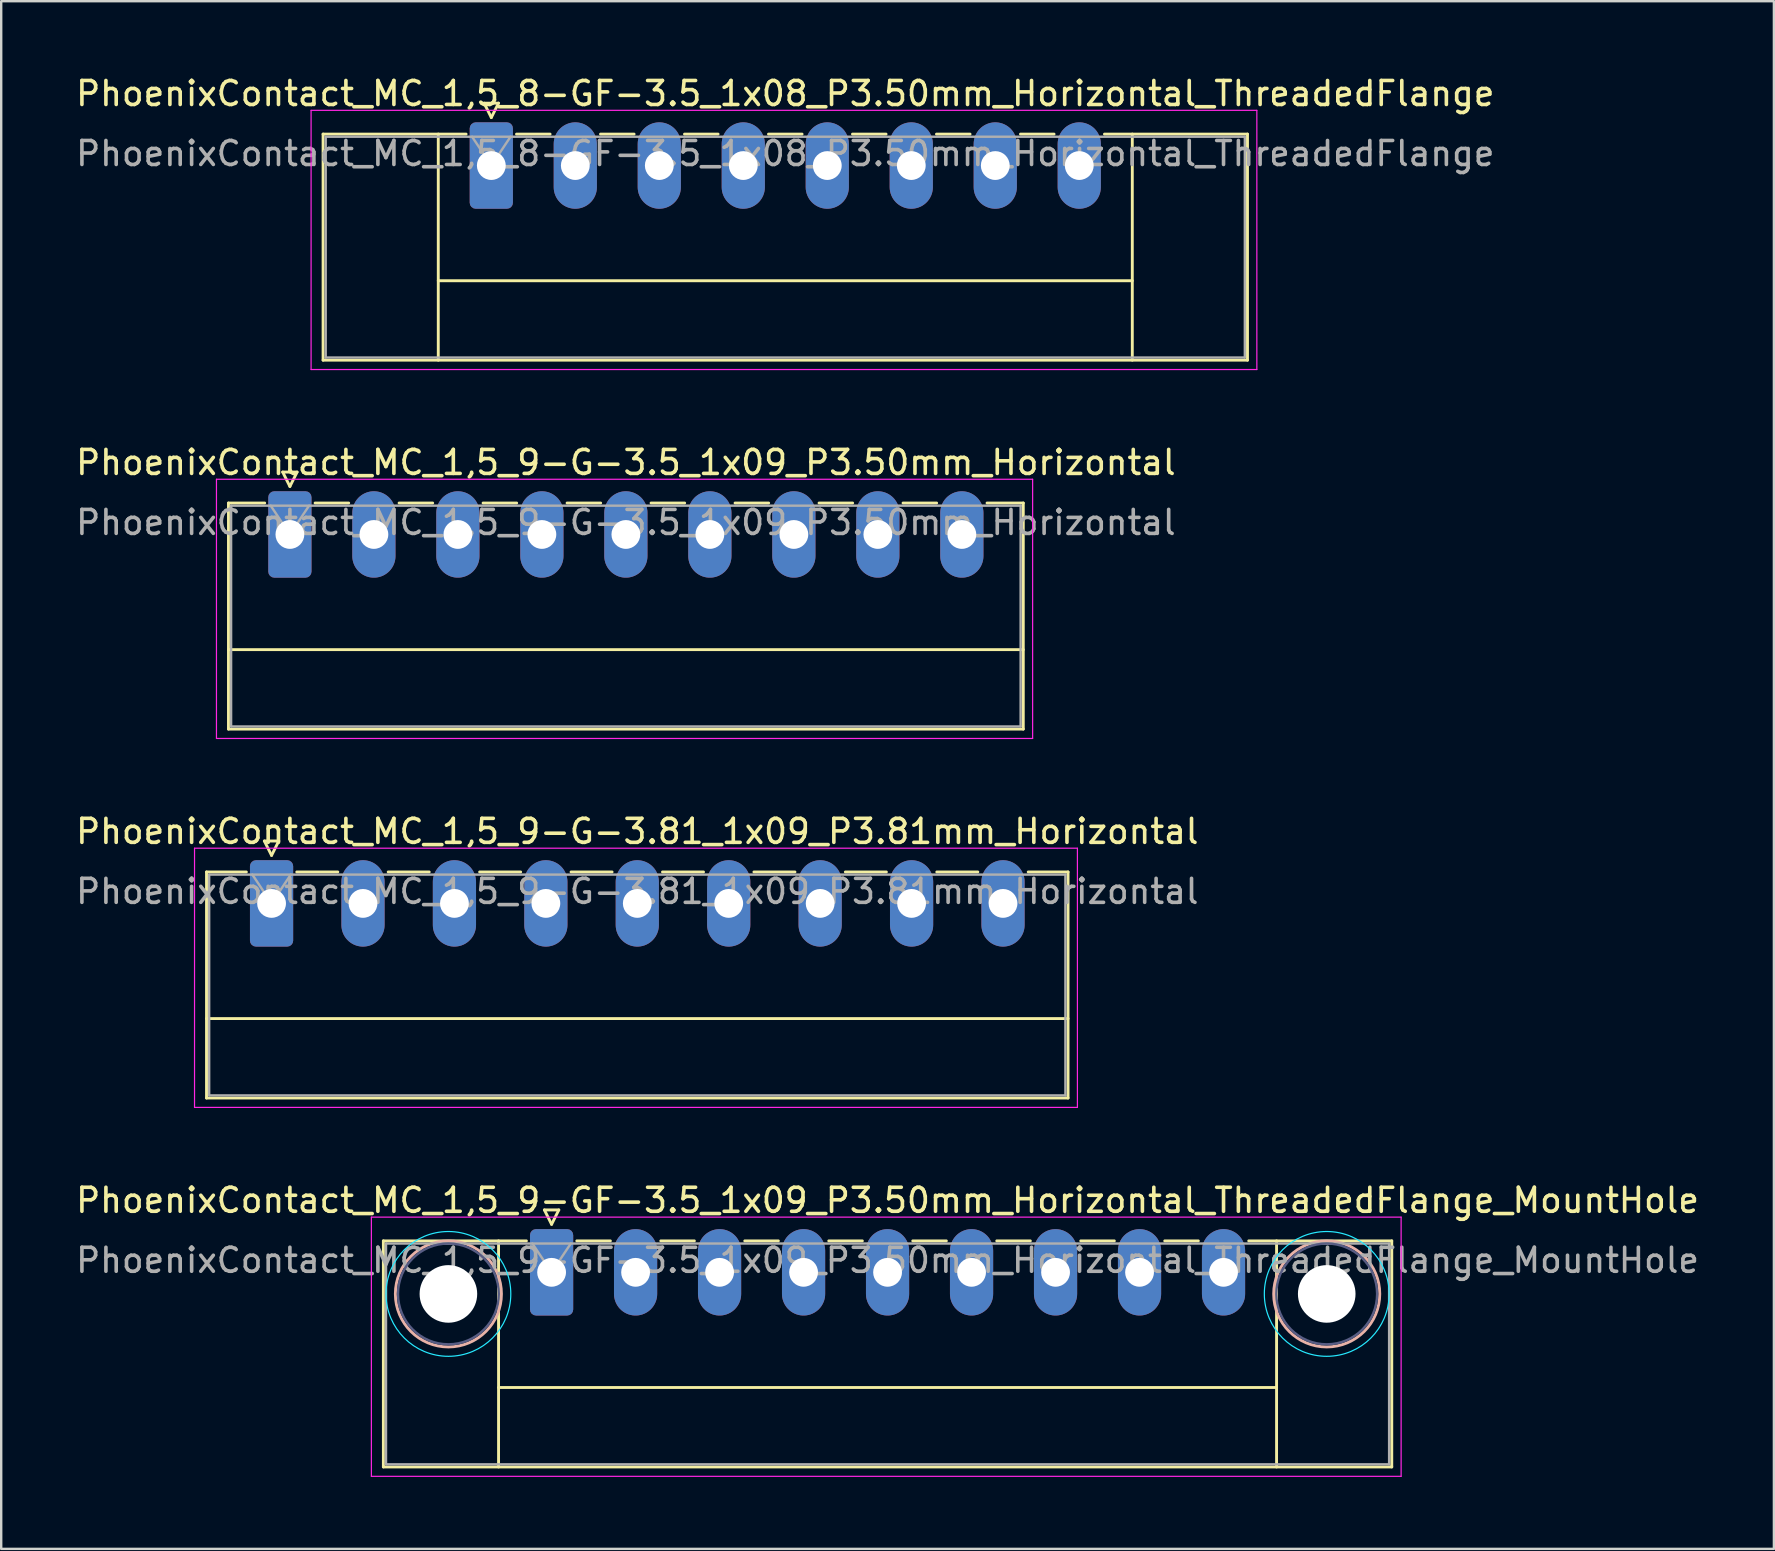
<source format=kicad_pcb>
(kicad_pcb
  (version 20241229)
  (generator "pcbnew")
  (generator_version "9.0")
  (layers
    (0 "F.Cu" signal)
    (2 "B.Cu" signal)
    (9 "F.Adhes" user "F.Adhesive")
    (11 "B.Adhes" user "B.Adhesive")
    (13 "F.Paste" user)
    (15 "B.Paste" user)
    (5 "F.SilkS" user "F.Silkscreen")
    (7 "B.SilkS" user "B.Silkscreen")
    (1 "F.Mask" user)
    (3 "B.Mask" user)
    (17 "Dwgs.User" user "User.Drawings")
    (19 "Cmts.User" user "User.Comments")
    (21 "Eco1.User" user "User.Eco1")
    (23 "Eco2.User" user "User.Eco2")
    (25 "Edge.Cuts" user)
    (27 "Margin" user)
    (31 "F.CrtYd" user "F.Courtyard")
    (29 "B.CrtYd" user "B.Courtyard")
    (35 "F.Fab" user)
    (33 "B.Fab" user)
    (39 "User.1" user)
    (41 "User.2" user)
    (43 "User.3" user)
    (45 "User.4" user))
  (footprint "PhoenixContact_MC_1,5_9-GF-3.5_1x09_P3.50mm_Horizontal_ThreadedFlange_MountHole"
    (layer "F.Cu")
    (at 19.935 49.968)
    (property "Reference" "PhoenixContact_MC_1,5_9-GF-3.5_1x09_P3.50mm_Horizontal_ThreadedFlange_MountHole" (at 14 -3 0) (layer "F.SilkS") (effects (font (size 1 1) (thickness 0.15))))
    (attr through_hole)
    (fp_line (start -7.01 -1.31) (end -7.01 8.11) (stroke (width 0.12) (type solid)) (layer "F.SilkS"))
    (fp_line (start -7.01 -1.31) (end -1.05 -1.31) (stroke (width 0.12) (type solid)) (layer "F.SilkS"))
    (fp_line (start -7.01 8.11) (end 35.01 8.11) (stroke (width 0.12) (type solid)) (layer "F.SilkS"))
    (fp_line (start -2.21 -1.31) (end -2.21 8.11) (stroke (width 0.12) (type solid)) (layer "F.SilkS"))
    (fp_line (start -2.21 4.8) (end 30.21 4.8) (stroke (width 0.12) (type solid)) (layer "F.SilkS"))
    (fp_line (start -0.3 -2.6) (end 0.3 -2.6) (stroke (width 0.12) (type solid)) (layer "F.SilkS"))
    (fp_line (start 0 -2) (end -0.3 -2.6) (stroke (width 0.12) (type solid)) (layer "F.SilkS"))
    (fp_line (start 0.3 -2.6) (end 0 -2) (stroke (width 0.12) (type solid)) (layer "F.SilkS"))
    (fp_line (start 1.05 -1.31) (end 2.45 -1.31) (stroke (width 0.12) (type solid)) (layer "F.SilkS"))
    (fp_line (start 4.55 -1.31) (end 5.95 -1.31) (stroke (width 0.12) (type solid)) (layer "F.SilkS"))
    (fp_line (start 8.05 -1.31) (end 9.45 -1.31) (stroke (width 0.12) (type solid)) (layer "F.SilkS"))
    (fp_line (start 11.55 -1.31) (end 12.95 -1.31) (stroke (width 0.12) (type solid)) (layer "F.SilkS"))
    (fp_line (start 15.05 -1.31) (end 16.45 -1.31) (stroke (width 0.12) (type solid)) (layer "F.SilkS"))
    (fp_line (start 18.55 -1.31) (end 19.95 -1.31) (stroke (width 0.12) (type solid)) (layer "F.SilkS"))
    (fp_line (start 22.05 -1.31) (end 23.45 -1.31) (stroke (width 0.12) (type solid)) (layer "F.SilkS"))
    (fp_line (start 25.55 -1.31) (end 26.95 -1.31) (stroke (width 0.12) (type solid)) (layer "F.SilkS"))
    (fp_line (start 30.21 -1.31) (end 30.21 8.11) (stroke (width 0.12) (type solid)) (layer "F.SilkS"))
    (fp_line (start 35.01 -1.31) (end 29.05 -1.31) (stroke (width 0.12) (type solid)) (layer "F.SilkS"))
    (fp_line (start 35.01 8.11) (end 35.01 -1.31) (stroke (width 0.12) (type solid)) (layer "F.SilkS"))
    (fp_circle (center -4.3 0.9) (end -2.09 0.9) (stroke (width 0.12) (type solid)) (fill no) (layer "B.SilkS"))
    (fp_circle (center 32.3 0.9) (end 34.51 0.9) (stroke (width 0.12) (type solid)) (fill no) (layer "B.SilkS"))
    (fp_circle (center -4.3 0.9) (end -1.7 0.9) (stroke (width 0.05) (type solid)) (fill no) (layer "B.CrtYd"))
    (fp_circle (center 32.3 0.9) (end 34.9 0.9) (stroke (width 0.05) (type solid)) (fill no) (layer "B.CrtYd"))
    (fp_line (start -7.51 -2.3) (end -7.51 8.5) (stroke (width 0.05) (type solid)) (layer "F.CrtYd"))
    (fp_line (start -7.51 8.5) (end 35.4 8.5) (stroke (width 0.05) (type solid)) (layer "F.CrtYd"))
    (fp_line (start 35.4 -2.3) (end -7.51 -2.3) (stroke (width 0.05) (type solid)) (layer "F.CrtYd"))
    (fp_line (start 35.4 8.5) (end 35.4 -2.3) (stroke (width 0.05) (type solid)) (layer "F.CrtYd"))
    (fp_circle (center -4.3 0.9) (end -2.2 0.9) (stroke (width 0.1) (type solid)) (fill no) (layer "B.Fab"))
    (fp_circle (center 32.3 0.9) (end 34.4 0.9) (stroke (width 0.1) (type solid)) (fill no) (layer "B.Fab"))
    (fp_line (start -6.9 -1.2) (end -6.9 8) (stroke (width 0.1) (type solid)) (layer "F.Fab"))
    (fp_line (start -6.9 8) (end 34.9 8) (stroke (width 0.1) (type solid)) (layer "F.Fab"))
    (fp_line (start 0 0) (end -0.8 -1.2) (stroke (width 0.1) (type solid)) (layer "F.Fab"))
    (fp_line (start 0.8 -1.2) (end 0 0) (stroke (width 0.1) (type solid)) (layer "F.Fab"))
    (fp_line (start 34.9 -1.2) (end -6.9 -1.2) (stroke (width 0.1) (type solid)) (layer "F.Fab"))
    (fp_line (start 34.9 8) (end 34.9 -1.2) (stroke (width 0.1) (type solid)) (layer "F.Fab"))
    (fp_text user "${REFERENCE}" (at 14 -0.5 0) (layer "F.Fab") (effects (font (size 1 1) (thickness 0.15))))
    (pad "" np_thru_hole circle (at -4.3 0.9) (size 2.4 2.4) (drill 2.4) (layers "*.Cu" "*.Mask"))
    (pad "" np_thru_hole circle (at 32.3 0.9) (size 2.4 2.4) (drill 2.4) (layers "*.Cu" "*.Mask"))
    (pad "1" thru_hole roundrect (at 0 0) (size 1.8 3.6) (drill 1.2) (layers "*.Cu" "*.Mask") (roundrect_rratio 0.139))
    (pad "2" thru_hole oval (at 3.5 0) (size 1.8 3.6) (drill 1.2) (layers "*.Cu" "*.Mask"))
    (pad "3" thru_hole oval (at 7 0) (size 1.8 3.6) (drill 1.2) (layers "*.Cu" "*.Mask"))
    (pad "4" thru_hole oval (at 10.5 0) (size 1.8 3.6) (drill 1.2) (layers "*.Cu" "*.Mask"))
    (pad "5" thru_hole oval (at 14 0) (size 1.8 3.6) (drill 1.2) (layers "*.Cu" "*.Mask"))
    (pad "6" thru_hole oval (at 17.5 0) (size 1.8 3.6) (drill 1.2) (layers "*.Cu" "*.Mask"))
    (pad "7" thru_hole oval (at 21 0) (size 1.8 3.6) (drill 1.2) (layers "*.Cu" "*.Mask"))
    (pad "8" thru_hole oval (at 24.5 0) (size 1.8 3.6) (drill 1.2) (layers "*.Cu" "*.Mask"))
    (pad "9" thru_hole oval (at 28 0) (size 1.8 3.6) (drill 1.2) (layers "*.Cu" "*.Mask")))
  (footprint "PhoenixContact_MC_1,5_9-G-3.81_1x09_P3.81mm_Horizontal"
    (layer "F.Cu")
    (at 8.266 34.595)
    (property "Reference" "PhoenixContact_MC_1,5_9-G-3.81_1x09_P3.81mm_Horizontal" (at 15.24 -3 0) (layer "F.SilkS") (effects (font (size 1 1) (thickness 0.15))))
    (attr through_hole)
    (fp_line (start -2.71 -1.31) (end -2.71 8.11) (stroke (width 0.12) (type solid)) (layer "F.SilkS"))
    (fp_line (start -2.71 -1.31) (end -1.05 -1.31) (stroke (width 0.12) (type solid)) (layer "F.SilkS"))
    (fp_line (start -2.71 4.8) (end 33.19 4.8) (stroke (width 0.12) (type solid)) (layer "F.SilkS"))
    (fp_line (start -2.71 8.11) (end 33.19 8.11) (stroke (width 0.12) (type solid)) (layer "F.SilkS"))
    (fp_line (start -0.3 -2.6) (end 0.3 -2.6) (stroke (width 0.12) (type solid)) (layer "F.SilkS"))
    (fp_line (start 0 -2) (end -0.3 -2.6) (stroke (width 0.12) (type solid)) (layer "F.SilkS"))
    (fp_line (start 0.3 -2.6) (end 0 -2) (stroke (width 0.12) (type solid)) (layer "F.SilkS"))
    (fp_line (start 1.05 -1.31) (end 2.76 -1.31) (stroke (width 0.12) (type solid)) (layer "F.SilkS"))
    (fp_line (start 4.86 -1.31) (end 6.57 -1.31) (stroke (width 0.12) (type solid)) (layer "F.SilkS"))
    (fp_line (start 8.67 -1.31) (end 10.38 -1.31) (stroke (width 0.12) (type solid)) (layer "F.SilkS"))
    (fp_line (start 12.48 -1.31) (end 14.19 -1.31) (stroke (width 0.12) (type solid)) (layer "F.SilkS"))
    (fp_line (start 16.29 -1.31) (end 18 -1.31) (stroke (width 0.12) (type solid)) (layer "F.SilkS"))
    (fp_line (start 20.1 -1.31) (end 21.81 -1.31) (stroke (width 0.12) (type solid)) (layer "F.SilkS"))
    (fp_line (start 23.91 -1.31) (end 25.62 -1.31) (stroke (width 0.12) (type solid)) (layer "F.SilkS"))
    (fp_line (start 27.72 -1.31) (end 29.43 -1.31) (stroke (width 0.12) (type solid)) (layer "F.SilkS"))
    (fp_line (start 33.19 -1.31) (end 31.53 -1.31) (stroke (width 0.12) (type solid)) (layer "F.SilkS"))
    (fp_line (start 33.19 8.11) (end 33.19 -1.31) (stroke (width 0.12) (type solid)) (layer "F.SilkS"))
    (fp_line (start -3.21 -2.3) (end -3.21 8.5) (stroke (width 0.05) (type solid)) (layer "F.CrtYd"))
    (fp_line (start -3.21 8.5) (end 33.58 8.5) (stroke (width 0.05) (type solid)) (layer "F.CrtYd"))
    (fp_line (start 33.58 -2.3) (end -3.21 -2.3) (stroke (width 0.05) (type solid)) (layer "F.CrtYd"))
    (fp_line (start 33.58 8.5) (end 33.58 -2.3) (stroke (width 0.05) (type solid)) (layer "F.CrtYd"))
    (fp_line (start -2.6 -1.2) (end -2.6 8) (stroke (width 0.1) (type solid)) (layer "F.Fab"))
    (fp_line (start -2.6 8) (end 33.08 8) (stroke (width 0.1) (type solid)) (layer "F.Fab"))
    (fp_line (start 0 0) (end -0.8 -1.2) (stroke (width 0.1) (type solid)) (layer "F.Fab"))
    (fp_line (start 0.8 -1.2) (end 0 0) (stroke (width 0.1) (type solid)) (layer "F.Fab"))
    (fp_line (start 33.08 -1.2) (end -2.6 -1.2) (stroke (width 0.1) (type solid)) (layer "F.Fab"))
    (fp_line (start 33.08 8) (end 33.08 -1.2) (stroke (width 0.1) (type solid)) (layer "F.Fab"))
    (fp_text user "${REFERENCE}" (at 15.24 -0.5 0) (layer "F.Fab") (effects (font (size 1 1) (thickness 0.15))))
    (pad "1" thru_hole roundrect (at 0 0) (size 1.8 3.6) (drill 1.2) (layers "*.Cu" "*.Mask") (roundrect_rratio 0.139))
    (pad "2" thru_hole oval (at 3.81 0) (size 1.8 3.6) (drill 1.2) (layers "*.Cu" "*.Mask"))
    (pad "3" thru_hole oval (at 7.62 0) (size 1.8 3.6) (drill 1.2) (layers "*.Cu" "*.Mask"))
    (pad "4" thru_hole oval (at 11.43 0) (size 1.8 3.6) (drill 1.2) (layers "*.Cu" "*.Mask"))
    (pad "5" thru_hole oval (at 15.24 0) (size 1.8 3.6) (drill 1.2) (layers "*.Cu" "*.Mask"))
    (pad "6" thru_hole oval (at 19.05 0) (size 1.8 3.6) (drill 1.2) (layers "*.Cu" "*.Mask"))
    (pad "7" thru_hole oval (at 22.86 0) (size 1.8 3.6) (drill 1.2) (layers "*.Cu" "*.Mask"))
    (pad "8" thru_hole oval (at 26.67 0) (size 1.8 3.6) (drill 1.2) (layers "*.Cu" "*.Mask"))
    (pad "9" thru_hole oval (at 30.48 0) (size 1.8 3.6) (drill 1.2) (layers "*.Cu" "*.Mask")))
  (footprint "PhoenixContact_MC_1,5_8-GF-3.5_1x08_P3.50mm_Horizontal_ThreadedFlange"
    (layer "F.Cu")
    (at 17.423 3.848)
    (property "Reference" "PhoenixContact_MC_1,5_8-GF-3.5_1x08_P3.50mm_Horizontal_ThreadedFlange" (at 12.25 -3 0) (layer "F.SilkS") (effects (font (size 1 1) (thickness 0.15))))
    (attr through_hole)
    (fp_line (start -7.01 -1.31) (end -7.01 8.11) (stroke (width 0.12) (type solid)) (layer "F.SilkS"))
    (fp_line (start -7.01 -1.31) (end -1.05 -1.31) (stroke (width 0.12) (type solid)) (layer "F.SilkS"))
    (fp_line (start -7.01 8.11) (end 31.51 8.11) (stroke (width 0.12) (type solid)) (layer "F.SilkS"))
    (fp_line (start -2.21 -1.31) (end -2.21 8.11) (stroke (width 0.12) (type solid)) (layer "F.SilkS"))
    (fp_line (start -2.21 4.8) (end 26.71 4.8) (stroke (width 0.12) (type solid)) (layer "F.SilkS"))
    (fp_line (start -0.3 -2.6) (end 0.3 -2.6) (stroke (width 0.12) (type solid)) (layer "F.SilkS"))
    (fp_line (start 0 -2) (end -0.3 -2.6) (stroke (width 0.12) (type solid)) (layer "F.SilkS"))
    (fp_line (start 0.3 -2.6) (end 0 -2) (stroke (width 0.12) (type solid)) (layer "F.SilkS"))
    (fp_line (start 1.05 -1.31) (end 2.45 -1.31) (stroke (width 0.12) (type solid)) (layer "F.SilkS"))
    (fp_line (start 4.55 -1.31) (end 5.95 -1.31) (stroke (width 0.12) (type solid)) (layer "F.SilkS"))
    (fp_line (start 8.05 -1.31) (end 9.45 -1.31) (stroke (width 0.12) (type solid)) (layer "F.SilkS"))
    (fp_line (start 11.55 -1.31) (end 12.95 -1.31) (stroke (width 0.12) (type solid)) (layer "F.SilkS"))
    (fp_line (start 15.05 -1.31) (end 16.45 -1.31) (stroke (width 0.12) (type solid)) (layer "F.SilkS"))
    (fp_line (start 18.55 -1.31) (end 19.95 -1.31) (stroke (width 0.12) (type solid)) (layer "F.SilkS"))
    (fp_line (start 22.05 -1.31) (end 23.45 -1.31) (stroke (width 0.12) (type solid)) (layer "F.SilkS"))
    (fp_line (start 26.71 -1.31) (end 26.71 8.11) (stroke (width 0.12) (type solid)) (layer "F.SilkS"))
    (fp_line (start 31.51 -1.31) (end 25.55 -1.31) (stroke (width 0.12) (type solid)) (layer "F.SilkS"))
    (fp_line (start 31.51 8.11) (end 31.51 -1.31) (stroke (width 0.12) (type solid)) (layer "F.SilkS"))
    (fp_line (start -7.51 -2.3) (end -7.51 8.5) (stroke (width 0.05) (type solid)) (layer "F.CrtYd"))
    (fp_line (start -7.51 8.5) (end 31.9 8.5) (stroke (width 0.05) (type solid)) (layer "F.CrtYd"))
    (fp_line (start 31.9 -2.3) (end -7.51 -2.3) (stroke (width 0.05) (type solid)) (layer "F.CrtYd"))
    (fp_line (start 31.9 8.5) (end 31.9 -2.3) (stroke (width 0.05) (type solid)) (layer "F.CrtYd"))
    (fp_line (start -6.9 -1.2) (end -6.9 8) (stroke (width 0.1) (type solid)) (layer "F.Fab"))
    (fp_line (start -6.9 8) (end 31.4 8) (stroke (width 0.1) (type solid)) (layer "F.Fab"))
    (fp_line (start 0 0) (end -0.8 -1.2) (stroke (width 0.1) (type solid)) (layer "F.Fab"))
    (fp_line (start 0.8 -1.2) (end 0 0) (stroke (width 0.1) (type solid)) (layer "F.Fab"))
    (fp_line (start 31.4 -1.2) (end -6.9 -1.2) (stroke (width 0.1) (type solid)) (layer "F.Fab"))
    (fp_line (start 31.4 8) (end 31.4 -1.2) (stroke (width 0.1) (type solid)) (layer "F.Fab"))
    (fp_text user "${REFERENCE}" (at 12.25 -0.5 0) (layer "F.Fab") (effects (font (size 1 1) (thickness 0.15))))
    (pad "1" thru_hole roundrect (at 0 0) (size 1.8 3.6) (drill 1.2) (layers "*.Cu" "*.Mask") (roundrect_rratio 0.139))
    (pad "2" thru_hole oval (at 3.5 0) (size 1.8 3.6) (drill 1.2) (layers "*.Cu" "*.Mask"))
    (pad "3" thru_hole oval (at 7 0) (size 1.8 3.6) (drill 1.2) (layers "*.Cu" "*.Mask"))
    (pad "4" thru_hole oval (at 10.5 0) (size 1.8 3.6) (drill 1.2) (layers "*.Cu" "*.Mask"))
    (pad "5" thru_hole oval (at 14 0) (size 1.8 3.6) (drill 1.2) (layers "*.Cu" "*.Mask"))
    (pad "6" thru_hole oval (at 17.5 0) (size 1.8 3.6) (drill 1.2) (layers "*.Cu" "*.Mask"))
    (pad "7" thru_hole oval (at 21 0) (size 1.8 3.6) (drill 1.2) (layers "*.Cu" "*.Mask"))
    (pad "8" thru_hole oval (at 24.5 0) (size 1.8 3.6) (drill 1.2) (layers "*.Cu" "*.Mask")))
  (footprint "PhoenixContact_MC_1,5_9-G-3.5_1x09_P3.50mm_Horizontal"
    (layer "F.Cu")
    (at 9.03 19.221)
    (property "Reference" "PhoenixContact_MC_1,5_9-G-3.5_1x09_P3.50mm_Horizontal" (at 14 -3 0) (layer "F.SilkS") (effects (font (size 1 1) (thickness 0.15))))
    (attr through_hole)
    (fp_line (start -2.56 -1.31) (end -2.56 8.11) (stroke (width 0.12) (type solid)) (layer "F.SilkS"))
    (fp_line (start -2.56 -1.31) (end -1.05 -1.31) (stroke (width 0.12) (type solid)) (layer "F.SilkS"))
    (fp_line (start -2.56 4.8) (end 30.56 4.8) (stroke (width 0.12) (type solid)) (layer "F.SilkS"))
    (fp_line (start -2.56 8.11) (end 30.56 8.11) (stroke (width 0.12) (type solid)) (layer "F.SilkS"))
    (fp_line (start -0.3 -2.6) (end 0.3 -2.6) (stroke (width 0.12) (type solid)) (layer "F.SilkS"))
    (fp_line (start 0 -2) (end -0.3 -2.6) (stroke (width 0.12) (type solid)) (layer "F.SilkS"))
    (fp_line (start 0.3 -2.6) (end 0 -2) (stroke (width 0.12) (type solid)) (layer "F.SilkS"))
    (fp_line (start 1.05 -1.31) (end 2.45 -1.31) (stroke (width 0.12) (type solid)) (layer "F.SilkS"))
    (fp_line (start 4.55 -1.31) (end 5.95 -1.31) (stroke (width 0.12) (type solid)) (layer "F.SilkS"))
    (fp_line (start 8.05 -1.31) (end 9.45 -1.31) (stroke (width 0.12) (type solid)) (layer "F.SilkS"))
    (fp_line (start 11.55 -1.31) (end 12.95 -1.31) (stroke (width 0.12) (type solid)) (layer "F.SilkS"))
    (fp_line (start 15.05 -1.31) (end 16.45 -1.31) (stroke (width 0.12) (type solid)) (layer "F.SilkS"))
    (fp_line (start 18.55 -1.31) (end 19.95 -1.31) (stroke (width 0.12) (type solid)) (layer "F.SilkS"))
    (fp_line (start 22.05 -1.31) (end 23.45 -1.31) (stroke (width 0.12) (type solid)) (layer "F.SilkS"))
    (fp_line (start 25.55 -1.31) (end 26.95 -1.31) (stroke (width 0.12) (type solid)) (layer "F.SilkS"))
    (fp_line (start 30.56 -1.31) (end 29.05 -1.31) (stroke (width 0.12) (type solid)) (layer "F.SilkS"))
    (fp_line (start 30.56 8.11) (end 30.56 -1.31) (stroke (width 0.12) (type solid)) (layer "F.SilkS"))
    (fp_line (start -3.06 -2.3) (end -3.06 8.5) (stroke (width 0.05) (type solid)) (layer "F.CrtYd"))
    (fp_line (start -3.06 8.5) (end 30.95 8.5) (stroke (width 0.05) (type solid)) (layer "F.CrtYd"))
    (fp_line (start 30.95 -2.3) (end -3.06 -2.3) (stroke (width 0.05) (type solid)) (layer "F.CrtYd"))
    (fp_line (start 30.95 8.5) (end 30.95 -2.3) (stroke (width 0.05) (type solid)) (layer "F.CrtYd"))
    (fp_line (start -2.45 -1.2) (end -2.45 8) (stroke (width 0.1) (type solid)) (layer "F.Fab"))
    (fp_line (start -2.45 8) (end 30.45 8) (stroke (width 0.1) (type solid)) (layer "F.Fab"))
    (fp_line (start 0 0) (end -0.8 -1.2) (stroke (width 0.1) (type solid)) (layer "F.Fab"))
    (fp_line (start 0.8 -1.2) (end 0 0) (stroke (width 0.1) (type solid)) (layer "F.Fab"))
    (fp_line (start 30.45 -1.2) (end -2.45 -1.2) (stroke (width 0.1) (type solid)) (layer "F.Fab"))
    (fp_line (start 30.45 8) (end 30.45 -1.2) (stroke (width 0.1) (type solid)) (layer "F.Fab"))
    (fp_text user "${REFERENCE}" (at 14 -0.5 0) (layer "F.Fab") (effects (font (size 1 1) (thickness 0.15))))
    (pad "1" thru_hole roundrect (at 0 0) (size 1.8 3.6) (drill 1.2) (layers "*.Cu" "*.Mask") (roundrect_rratio 0.139))
    (pad "2" thru_hole oval (at 3.5 0) (size 1.8 3.6) (drill 1.2) (layers "*.Cu" "*.Mask"))
    (pad "3" thru_hole oval (at 7 0) (size 1.8 3.6) (drill 1.2) (layers "*.Cu" "*.Mask"))
    (pad "4" thru_hole oval (at 10.5 0) (size 1.8 3.6) (drill 1.2) (layers "*.Cu" "*.Mask"))
    (pad "5" thru_hole oval (at 14 0) (size 1.8 3.6) (drill 1.2) (layers "*.Cu" "*.Mask"))
    (pad "6" thru_hole oval (at 17.5 0) (size 1.8 3.6) (drill 1.2) (layers "*.Cu" "*.Mask"))
    (pad "7" thru_hole oval (at 21 0) (size 1.8 3.6) (drill 1.2) (layers "*.Cu" "*.Mask"))
    (pad "8" thru_hole oval (at 24.5 0) (size 1.8 3.6) (drill 1.2) (layers "*.Cu" "*.Mask"))
    (pad "9" thru_hole oval (at 28 0) (size 1.8 3.6) (drill 1.2) (layers "*.Cu" "*.Mask")))
  (gr_rect
    (start -3 -3)
    (end 70.869 61.493)
    (stroke (width 0.1) (type default))
    (fill no)
    (layer "Edge.Cuts")))
</source>
